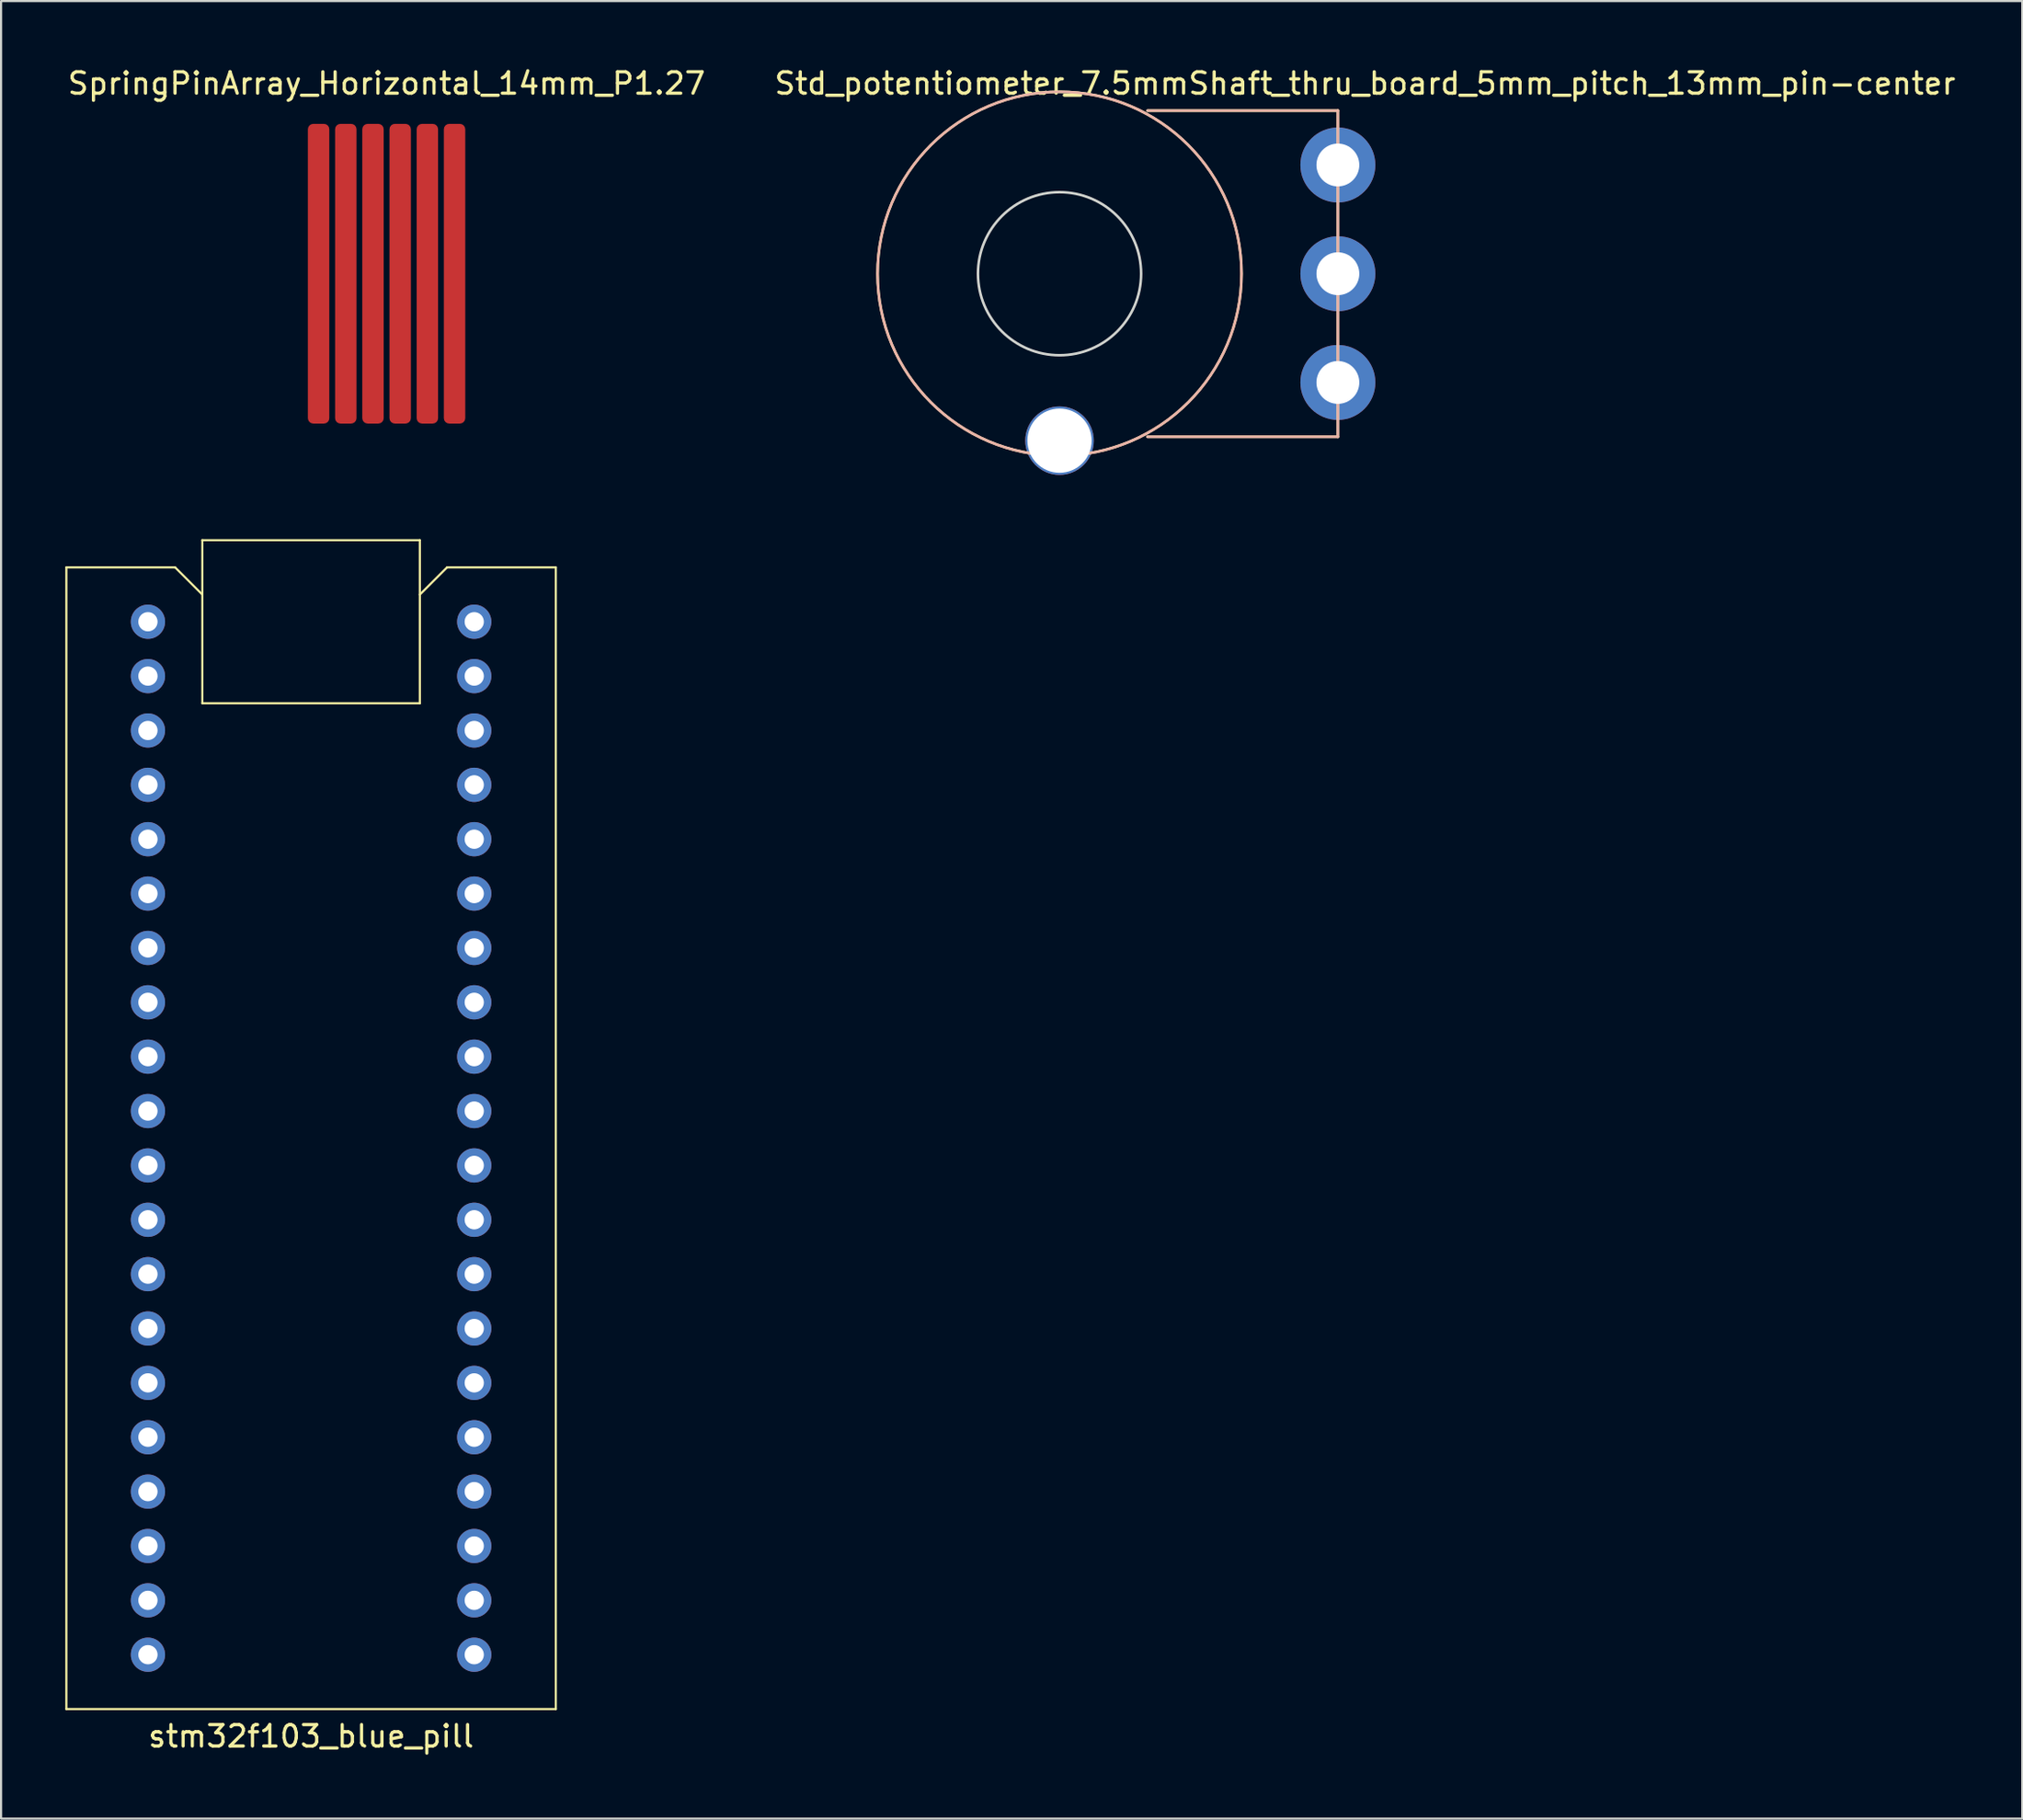
<source format=kicad_pcb>
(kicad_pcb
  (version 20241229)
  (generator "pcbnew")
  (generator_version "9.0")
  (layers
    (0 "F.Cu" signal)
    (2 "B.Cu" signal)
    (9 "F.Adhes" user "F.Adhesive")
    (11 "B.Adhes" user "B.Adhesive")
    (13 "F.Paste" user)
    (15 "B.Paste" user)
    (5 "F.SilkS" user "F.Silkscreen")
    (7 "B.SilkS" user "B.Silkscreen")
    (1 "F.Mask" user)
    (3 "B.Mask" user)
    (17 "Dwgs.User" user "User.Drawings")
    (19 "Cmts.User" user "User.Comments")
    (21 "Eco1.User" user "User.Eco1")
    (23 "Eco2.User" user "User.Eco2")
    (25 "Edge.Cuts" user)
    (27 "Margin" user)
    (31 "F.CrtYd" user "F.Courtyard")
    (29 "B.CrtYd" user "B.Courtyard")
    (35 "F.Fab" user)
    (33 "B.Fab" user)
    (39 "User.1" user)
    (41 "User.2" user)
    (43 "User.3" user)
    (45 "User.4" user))
  (footprint "stm32f103_blue_pill"
    (layer "F.Cu")
    (at 11.48 50.128)
    (property "Reference" "stm32f103_blue_pill" (at 0 27.94 0) (layer "F.SilkS") (effects (font (size 1 1) (thickness 0.15))))
    (attr through_hole)
    (fp_line (start -11.43 -26.67) (end -11.43 26.67) (stroke (width 0.1) (type default)) (layer "F.SilkS"))
    (fp_line (start -11.43 26.67) (end 11.43 26.67) (stroke (width 0.1) (type default)) (layer "F.SilkS"))
    (fp_line (start -6.35 -26.67) (end -11.43 -26.67) (stroke (width 0.1) (type default)) (layer "F.SilkS"))
    (fp_line (start -5.08 -27.94) (end 5.08 -27.94) (stroke (width 0.1) (type default)) (layer "F.SilkS"))
    (fp_line (start -5.08 -25.4) (end -6.35 -26.67) (stroke (width 0.1) (type default)) (layer "F.SilkS"))
    (fp_line (start -5.08 -20.32) (end -5.08 -27.94) (stroke (width 0.1) (type default)) (layer "F.SilkS"))
    (fp_line (start 5.08 -27.94) (end 5.08 -20.32) (stroke (width 0.1) (type default)) (layer "F.SilkS"))
    (fp_line (start 5.08 -20.32) (end -5.08 -20.32) (stroke (width 0.1) (type default)) (layer "F.SilkS"))
    (fp_line (start 6.35 -26.67) (end 5.08 -25.4) (stroke (width 0.1) (type default)) (layer "F.SilkS"))
    (fp_line (start 11.43 -26.67) (end 6.35 -26.67) (stroke (width 0.1) (type default)) (layer "F.SilkS"))
    (fp_line (start 11.43 26.67) (end 11.43 -26.67) (stroke (width 0.1) (type default)) (layer "F.SilkS"))
    (pad "3V3" thru_hole circle (at -7.62 24.13) (size 1.6 1.6) (drill 0.9) (layers "*.Cu" "*.Mask"))
    (pad "3V3" thru_hole circle (at 7.62 -19.05) (size 1.6 1.6) (drill 0.9) (layers "*.Cu" "*.Mask"))
    (pad "5V" thru_hole circle (at -7.62 19.05) (size 1.6 1.6) (drill 0.9) (layers "*.Cu" "*.Mask"))
    (pad "G" thru_hole circle (at -7.62 21.59) (size 1.6 1.6) (drill 0.9) (layers "*.Cu" "*.Mask"))
    (pad "G" thru_hole circle (at 7.62 -24.13) (size 1.6 1.6) (drill 0.9) (layers "*.Cu" "*.Mask"))
    (pad "G" thru_hole circle (at 7.62 -21.59) (size 1.6 1.6) (drill 0.9) (layers "*.Cu" "*.Mask"))
    (pad "NRST" thru_hole circle (at 7.62 -16.51) (size 1.6 1.6) (drill 0.9) (layers "*.Cu" "*.Mask"))
    (pad "PA0" thru_hole circle (at 7.62 13.97) (size 1.6 1.6) (drill 0.9) (layers "*.Cu" "*.Mask"))
    (pad "PA1" thru_hole circle (at 7.62 11.43) (size 1.6 1.6) (drill 0.9) (layers "*.Cu" "*.Mask"))
    (pad "PA2" thru_hole circle (at 7.62 8.89) (size 1.6 1.6) (drill 0.9) (layers "*.Cu" "*.Mask"))
    (pad "PA3" thru_hole circle (at 7.62 6.35) (size 1.6 1.6) (drill 0.9) (layers "*.Cu" "*.Mask"))
    (pad "PA4" thru_hole circle (at 7.62 3.81) (size 1.6 1.6) (drill 0.9) (layers "*.Cu" "*.Mask"))
    (pad "PA5" thru_hole circle (at 7.62 1.27) (size 1.6 1.6) (drill 0.9) (layers "*.Cu" "*.Mask"))
    (pad "PA6" thru_hole circle (at 7.62 -1.27) (size 1.6 1.6) (drill 0.9) (layers "*.Cu" "*.Mask"))
    (pad "PA7" thru_hole circle (at 7.62 -3.81) (size 1.6 1.6) (drill 0.9) (layers "*.Cu" "*.Mask"))
    (pad "PA8" thru_hole circle (at -7.62 -13.97) (size 1.6 1.6) (drill 0.9) (layers "*.Cu" "*.Mask"))
    (pad "PA9" thru_hole circle (at -7.62 -11.43) (size 1.6 1.6) (drill 0.9) (layers "*.Cu" "*.Mask"))
    (pad "PA10" thru_hole circle (at -7.62 -8.89) (size 1.6 1.6) (drill 0.9) (layers "*.Cu" "*.Mask"))
    (pad "PA11" thru_hole circle (at -7.62 -6.35) (size 1.6 1.6) (drill 0.9) (layers "*.Cu" "*.Mask"))
    (pad "PA12" thru_hole circle (at -7.62 -3.81) (size 1.6 1.6) (drill 0.9) (layers "*.Cu" "*.Mask"))
    (pad "PA15" thru_hole circle (at -7.62 -1.27) (size 1.6 1.6) (drill 0.9) (layers "*.Cu" "*.Mask"))
    (pad "PB0" thru_hole circle (at 7.62 -6.35) (size 1.6 1.6) (drill 0.9) (layers "*.Cu" "*.Mask"))
    (pad "PB1" thru_hole circle (at 7.62 -8.89) (size 1.6 1.6) (drill 0.9) (layers "*.Cu" "*.Mask"))
    (pad "PB3" thru_hole circle (at -7.62 1.27) (size 1.6 1.6) (drill 0.9) (layers "*.Cu" "*.Mask"))
    (pad "PB4" thru_hole circle (at -7.62 3.81) (size 1.6 1.6) (drill 0.9) (layers "*.Cu" "*.Mask"))
    (pad "PB5" thru_hole circle (at -7.62 6.35) (size 1.6 1.6) (drill 0.9) (layers "*.Cu" "*.Mask"))
    (pad "PB6" thru_hole circle (at -7.62 8.89) (size 1.6 1.6) (drill 0.9) (layers "*.Cu" "*.Mask"))
    (pad "PB7" thru_hole circle (at -7.62 11.43) (size 1.6 1.6) (drill 0.9) (layers "*.Cu" "*.Mask"))
    (pad "PB8" thru_hole circle (at -7.62 13.97) (size 1.6 1.6) (drill 0.9) (layers "*.Cu" "*.Mask"))
    (pad "PB9" thru_hole circle (at -7.62 16.51) (size 1.6 1.6) (drill 0.9) (layers "*.Cu" "*.Mask"))
    (pad "PB10" thru_hole circle (at 7.62 -11.43) (size 1.6 1.6) (drill 0.9) (layers "*.Cu" "*.Mask"))
    (pad "PB11" thru_hole circle (at 7.62 -13.97) (size 1.6 1.6) (drill 0.9) (layers "*.Cu" "*.Mask"))
    (pad "PB12" thru_hole circle (at -7.62 -24.13) (size 1.6 1.6) (drill 0.9) (layers "*.Cu" "*.Mask"))
    (pad "PB13" thru_hole circle (at -7.62 -21.59) (size 1.6 1.6) (drill 0.9) (layers "*.Cu" "*.Mask"))
    (pad "PB14" thru_hole circle (at -7.62 -19.05) (size 1.6 1.6) (drill 0.9) (layers "*.Cu" "*.Mask"))
    (pad "PB15" thru_hole circle (at -7.62 -16.51) (size 1.6 1.6) (drill 0.9) (layers "*.Cu" "*.Mask"))
    (pad "PC13" thru_hole circle (at 7.62 21.59) (size 1.6 1.6) (drill 0.9) (layers "*.Cu" "*.Mask"))
    (pad "PC14" thru_hole circle (at 7.62 19.05) (size 1.6 1.6) (drill 0.9) (layers "*.Cu" "*.Mask"))
    (pad "PC15" thru_hole circle (at 7.62 16.51) (size 1.6 1.6) (drill 0.9) (layers "*.Cu" "*.Mask"))
    (pad "VBAT" thru_hole circle (at 7.62 24.13) (size 1.6 1.6) (drill 0.9) (layers "*.Cu" "*.Mask")))
  (footprint "SpringPinArray_Horizontal_14mm_P1.27"
    (layer "F.Cu")
    (at 15.006 9.738)
    (property "Reference" "SpringPinArray_Horizontal_14mm_P1.27" (at 0 -8.89 0) (unlocked yes) (layer "F.SilkS") (effects (font (size 1 1) (thickness 0.15))))
    (attr smd)
    (pad "1" smd roundrect (at -3.175 0) (size 1 14) (layers "F.Cu" "F.Mask" "F.Paste") (roundrect_rratio 0.25))
    (pad "2" smd roundrect (at -1.905 0) (size 1 14) (layers "F.Cu" "F.Mask" "F.Paste") (roundrect_rratio 0.25))
    (pad "3" smd roundrect (at -0.635 0) (size 1 14) (layers "F.Cu" "F.Mask" "F.Paste") (roundrect_rratio 0.25))
    (pad "4" smd roundrect (at 0.635 0) (size 1 14) (layers "F.Cu" "F.Mask" "F.Paste") (roundrect_rratio 0.25))
    (pad "5" smd roundrect (at 1.905 0) (size 1 14) (layers "F.Cu" "F.Mask" "F.Paste") (roundrect_rratio 0.25))
    (pad "6" smd roundrect (at 3.175 0) (size 1 14) (layers "F.Cu" "F.Mask" "F.Paste") (roundrect_rratio 0.25)))
  (footprint "Std_potentiometer_7.5mmShaft_thru_board_5mm_pitch_13mm_pin-center"
    (layer "F.Cu")
    (at 59.438 9.738)
    (property "Reference" "Std_potentiometer_7.5mmShaft_thru_board_5mm_pitch_13mm_pin-center" (at 1.27 -8.89 0) (layer "F.SilkS") (effects (font (size 1 1) (thickness 0.15))))
    (attr through_hole)
    (fp_line (start -8.89 -7.62) (end 0 -7.62) (stroke (width 0.12) (type solid)) (layer "F.SilkS"))
    (fp_line (start 0 -7.62) (end 0 7.62) (stroke (width 0.12) (type solid)) (layer "F.SilkS"))
    (fp_line (start 0 7.62) (end -8.89 7.62) (stroke (width 0.12) (type solid)) (layer "F.SilkS"))
    (fp_circle (center -13 0) (end -4.5 0) (stroke (width 0.12) (type solid)) (fill no) (layer "F.SilkS"))
    (fp_line (start -8.89 -7.62) (end 0 -7.62) (stroke (width 0.12) (type solid)) (layer "B.SilkS"))
    (fp_line (start 0 -7.62) (end 0 7.62) (stroke (width 0.12) (type solid)) (layer "B.SilkS"))
    (fp_line (start 0 7.62) (end -8.89 7.62) (stroke (width 0.12) (type solid)) (layer "B.SilkS"))
    (fp_circle (center -13 0) (end -4.5 0) (stroke (width 0.12) (type solid)) (fill no) (layer "B.SilkS"))
    (fp_circle (center -13 0) (end -9.19 0) (stroke (width 0.12) (type solid)) (fill no) (layer "Edge.Cuts"))
    (pad "" thru_hole circle (at -13 7.8) (size 3.2 3.2) (drill 3) (layers "*.Cu" "*.Mask"))
    (pad "1" thru_hole circle (at 0 -5.08) (size 3.5 3.5) (drill 2) (layers "*.Cu" "*.Mask"))
    (pad "2" thru_hole circle (at 0 0) (size 3.5 3.5) (drill 2) (layers "*.Cu" "*.Mask"))
    (pad "3" thru_hole circle (at 0 5.08) (size 3.5 3.5) (drill 2) (layers "*.Cu" "*.Mask")))
  (gr_rect
    (start -3 -3)
    (end 91.405 81.916)
    (stroke (width 0.1) (type default))
    (fill no)
    (layer "Edge.Cuts")))
</source>
